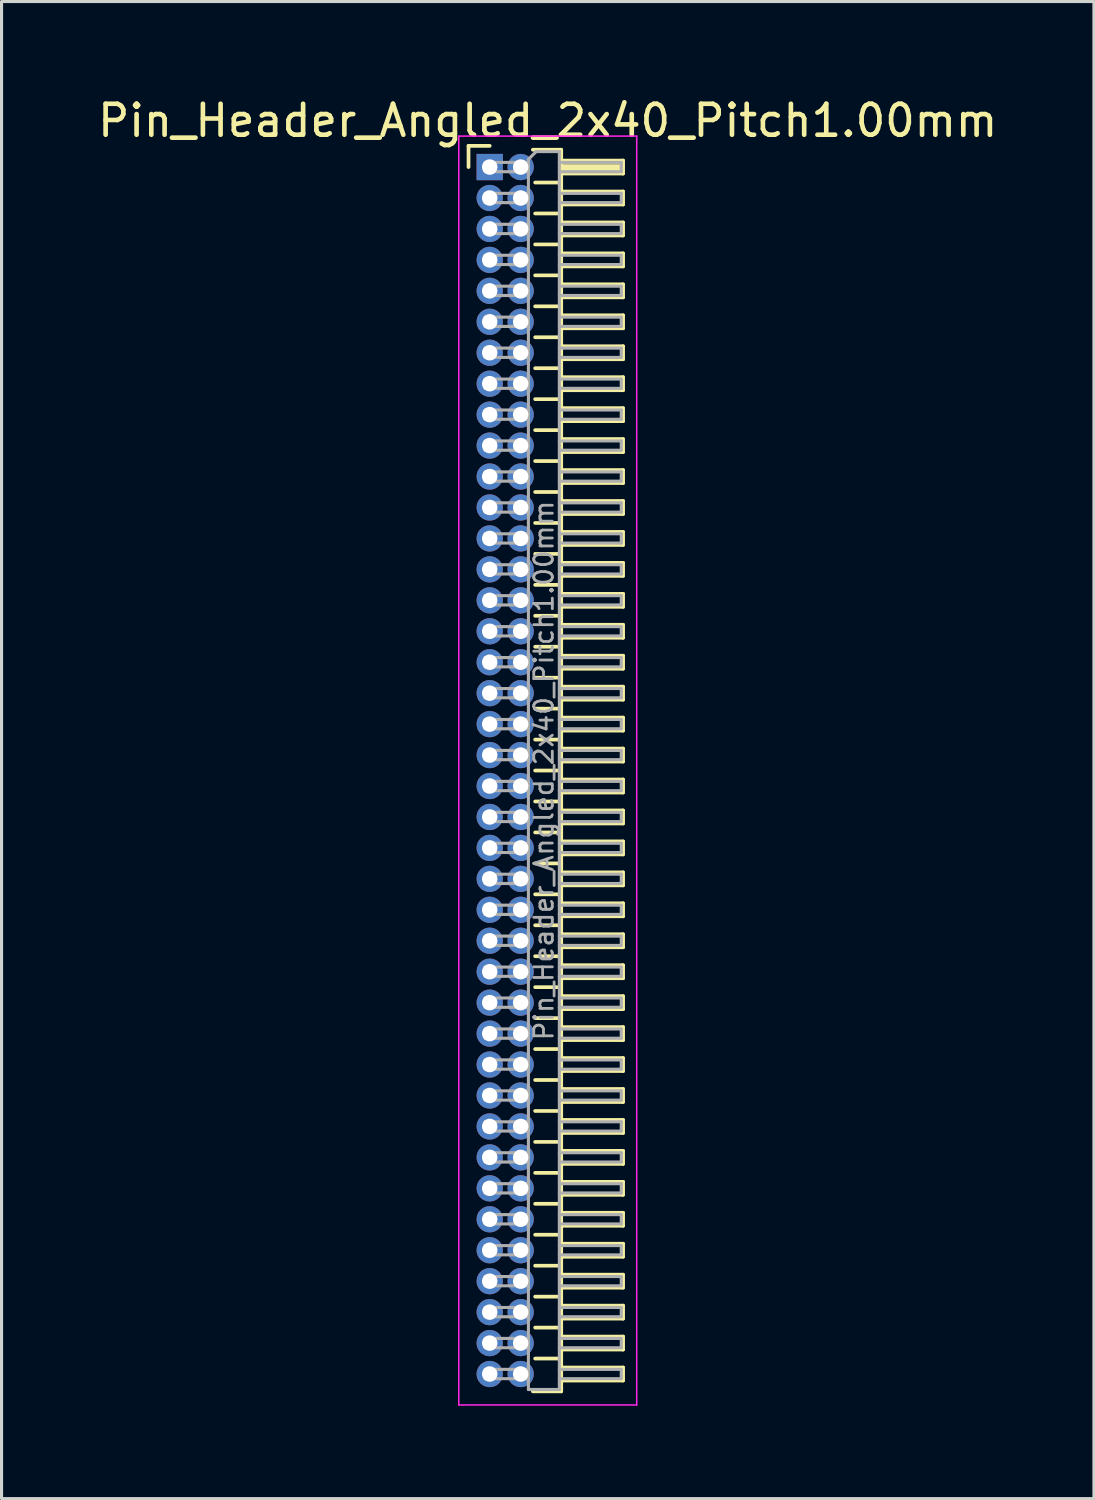
<source format=kicad_pcb>
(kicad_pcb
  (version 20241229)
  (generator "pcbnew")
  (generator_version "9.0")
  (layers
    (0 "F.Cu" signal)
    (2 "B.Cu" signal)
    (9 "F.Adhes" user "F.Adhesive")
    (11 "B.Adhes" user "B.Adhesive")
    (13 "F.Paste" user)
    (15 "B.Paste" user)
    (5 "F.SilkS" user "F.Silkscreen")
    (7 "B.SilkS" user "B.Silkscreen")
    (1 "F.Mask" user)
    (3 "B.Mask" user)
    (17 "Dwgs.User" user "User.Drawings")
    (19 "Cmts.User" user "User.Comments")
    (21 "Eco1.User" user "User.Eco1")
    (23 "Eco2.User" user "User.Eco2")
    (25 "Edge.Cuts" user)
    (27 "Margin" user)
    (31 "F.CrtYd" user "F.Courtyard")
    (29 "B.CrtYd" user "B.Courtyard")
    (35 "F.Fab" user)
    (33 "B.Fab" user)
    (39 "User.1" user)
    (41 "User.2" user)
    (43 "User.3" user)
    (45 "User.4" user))
  (footprint "Pin_Header_Angled_2x40_Pitch1.00mm"
    (layer "F.Cu")
    (at 12.774 2.348)
    (property "Reference" "Pin_Header_Angled_2x40_Pitch1.00mm" (at 1.875 -1.5 0) (layer "F.SilkS") (effects (font (size 1 1) (thickness 0.15))))
    (attr through_hole)
    (fp_line (start -0.685 -0.685) (end 0 -0.685) (stroke (width 0.12) (type solid)) (layer "F.SilkS"))
    (fp_line (start -0.685 0) (end -0.685 -0.685) (stroke (width 0.12) (type solid)) (layer "F.SilkS"))
    (fp_line (start 1.394 -0.56) (end 2.31 -0.56) (stroke (width 0.12) (type solid)) (layer "F.SilkS"))
    (fp_line (start 1.468 0.5) (end 2.31 0.5) (stroke (width 0.12) (type solid)) (layer "F.SilkS"))
    (fp_line (start 1.468 1.5) (end 2.31 1.5) (stroke (width 0.12) (type solid)) (layer "F.SilkS"))
    (fp_line (start 1.468 2.5) (end 2.31 2.5) (stroke (width 0.12) (type solid)) (layer "F.SilkS"))
    (fp_line (start 1.468 3.5) (end 2.31 3.5) (stroke (width 0.12) (type solid)) (layer "F.SilkS"))
    (fp_line (start 1.468 4.5) (end 2.31 4.5) (stroke (width 0.12) (type solid)) (layer "F.SilkS"))
    (fp_line (start 1.468 5.5) (end 2.31 5.5) (stroke (width 0.12) (type solid)) (layer "F.SilkS"))
    (fp_line (start 1.468 6.5) (end 2.31 6.5) (stroke (width 0.12) (type solid)) (layer "F.SilkS"))
    (fp_line (start 1.468 7.5) (end 2.31 7.5) (stroke (width 0.12) (type solid)) (layer "F.SilkS"))
    (fp_line (start 1.468 8.5) (end 2.31 8.5) (stroke (width 0.12) (type solid)) (layer "F.SilkS"))
    (fp_line (start 1.468 9.5) (end 2.31 9.5) (stroke (width 0.12) (type solid)) (layer "F.SilkS"))
    (fp_line (start 1.468 10.5) (end 2.31 10.5) (stroke (width 0.12) (type solid)) (layer "F.SilkS"))
    (fp_line (start 1.468 11.5) (end 2.31 11.5) (stroke (width 0.12) (type solid)) (layer "F.SilkS"))
    (fp_line (start 1.468 12.5) (end 2.31 12.5) (stroke (width 0.12) (type solid)) (layer "F.SilkS"))
    (fp_line (start 1.468 13.5) (end 2.31 13.5) (stroke (width 0.12) (type solid)) (layer "F.SilkS"))
    (fp_line (start 1.468 14.5) (end 2.31 14.5) (stroke (width 0.12) (type solid)) (layer "F.SilkS"))
    (fp_line (start 1.468 15.5) (end 2.31 15.5) (stroke (width 0.12) (type solid)) (layer "F.SilkS"))
    (fp_line (start 1.468 16.5) (end 2.31 16.5) (stroke (width 0.12) (type solid)) (layer "F.SilkS"))
    (fp_line (start 1.468 17.5) (end 2.31 17.5) (stroke (width 0.12) (type solid)) (layer "F.SilkS"))
    (fp_line (start 1.468 18.5) (end 2.31 18.5) (stroke (width 0.12) (type solid)) (layer "F.SilkS"))
    (fp_line (start 1.468 19.5) (end 2.31 19.5) (stroke (width 0.12) (type solid)) (layer "F.SilkS"))
    (fp_line (start 1.468 20.5) (end 2.31 20.5) (stroke (width 0.12) (type solid)) (layer "F.SilkS"))
    (fp_line (start 1.468 21.5) (end 2.31 21.5) (stroke (width 0.12) (type solid)) (layer "F.SilkS"))
    (fp_line (start 1.468 22.5) (end 2.31 22.5) (stroke (width 0.12) (type solid)) (layer "F.SilkS"))
    (fp_line (start 1.468 23.5) (end 2.31 23.5) (stroke (width 0.12) (type solid)) (layer "F.SilkS"))
    (fp_line (start 1.468 24.5) (end 2.31 24.5) (stroke (width 0.12) (type solid)) (layer "F.SilkS"))
    (fp_line (start 1.468 25.5) (end 2.31 25.5) (stroke (width 0.12) (type solid)) (layer "F.SilkS"))
    (fp_line (start 1.468 26.5) (end 2.31 26.5) (stroke (width 0.12) (type solid)) (layer "F.SilkS"))
    (fp_line (start 1.468 27.5) (end 2.31 27.5) (stroke (width 0.12) (type solid)) (layer "F.SilkS"))
    (fp_line (start 1.468 28.5) (end 2.31 28.5) (stroke (width 0.12) (type solid)) (layer "F.SilkS"))
    (fp_line (start 1.468 29.5) (end 2.31 29.5) (stroke (width 0.12) (type solid)) (layer "F.SilkS"))
    (fp_line (start 1.468 30.5) (end 2.31 30.5) (stroke (width 0.12) (type solid)) (layer "F.SilkS"))
    (fp_line (start 1.468 31.5) (end 2.31 31.5) (stroke (width 0.12) (type solid)) (layer "F.SilkS"))
    (fp_line (start 1.468 32.5) (end 2.31 32.5) (stroke (width 0.12) (type solid)) (layer "F.SilkS"))
    (fp_line (start 1.468 33.5) (end 2.31 33.5) (stroke (width 0.12) (type solid)) (layer "F.SilkS"))
    (fp_line (start 1.468 34.5) (end 2.31 34.5) (stroke (width 0.12) (type solid)) (layer "F.SilkS"))
    (fp_line (start 1.468 35.5) (end 2.31 35.5) (stroke (width 0.12) (type solid)) (layer "F.SilkS"))
    (fp_line (start 1.468 36.5) (end 2.31 36.5) (stroke (width 0.12) (type solid)) (layer "F.SilkS"))
    (fp_line (start 1.468 37.5) (end 2.31 37.5) (stroke (width 0.12) (type solid)) (layer "F.SilkS"))
    (fp_line (start 1.468 38.5) (end 2.31 38.5) (stroke (width 0.12) (type solid)) (layer "F.SilkS"))
    (fp_line (start 2.31 -0.56) (end 2.31 39.56) (stroke (width 0.12) (type solid)) (layer "F.SilkS"))
    (fp_line (start 2.31 -0.21) (end 4.31 -0.21) (stroke (width 0.12) (type solid)) (layer "F.SilkS"))
    (fp_line (start 2.31 -0.15) (end 4.31 -0.15) (stroke (width 0.12) (type solid)) (layer "F.SilkS"))
    (fp_line (start 2.31 -0.03) (end 4.31 -0.03) (stroke (width 0.12) (type solid)) (layer "F.SilkS"))
    (fp_line (start 2.31 0.09) (end 4.31 0.09) (stroke (width 0.12) (type solid)) (layer "F.SilkS"))
    (fp_line (start 2.31 0.79) (end 4.31 0.79) (stroke (width 0.12) (type solid)) (layer "F.SilkS"))
    (fp_line (start 2.31 1.79) (end 4.31 1.79) (stroke (width 0.12) (type solid)) (layer "F.SilkS"))
    (fp_line (start 2.31 2.79) (end 4.31 2.79) (stroke (width 0.12) (type solid)) (layer "F.SilkS"))
    (fp_line (start 2.31 3.79) (end 4.31 3.79) (stroke (width 0.12) (type solid)) (layer "F.SilkS"))
    (fp_line (start 2.31 4.79) (end 4.31 4.79) (stroke (width 0.12) (type solid)) (layer "F.SilkS"))
    (fp_line (start 2.31 5.79) (end 4.31 5.79) (stroke (width 0.12) (type solid)) (layer "F.SilkS"))
    (fp_line (start 2.31 6.79) (end 4.31 6.79) (stroke (width 0.12) (type solid)) (layer "F.SilkS"))
    (fp_line (start 2.31 7.79) (end 4.31 7.79) (stroke (width 0.12) (type solid)) (layer "F.SilkS"))
    (fp_line (start 2.31 8.79) (end 4.31 8.79) (stroke (width 0.12) (type solid)) (layer "F.SilkS"))
    (fp_line (start 2.31 9.79) (end 4.31 9.79) (stroke (width 0.12) (type solid)) (layer "F.SilkS"))
    (fp_line (start 2.31 10.79) (end 4.31 10.79) (stroke (width 0.12) (type solid)) (layer "F.SilkS"))
    (fp_line (start 2.31 11.79) (end 4.31 11.79) (stroke (width 0.12) (type solid)) (layer "F.SilkS"))
    (fp_line (start 2.31 12.79) (end 4.31 12.79) (stroke (width 0.12) (type solid)) (layer "F.SilkS"))
    (fp_line (start 2.31 13.79) (end 4.31 13.79) (stroke (width 0.12) (type solid)) (layer "F.SilkS"))
    (fp_line (start 2.31 14.79) (end 4.31 14.79) (stroke (width 0.12) (type solid)) (layer "F.SilkS"))
    (fp_line (start 2.31 15.79) (end 4.31 15.79) (stroke (width 0.12) (type solid)) (layer "F.SilkS"))
    (fp_line (start 2.31 16.79) (end 4.31 16.79) (stroke (width 0.12) (type solid)) (layer "F.SilkS"))
    (fp_line (start 2.31 17.79) (end 4.31 17.79) (stroke (width 0.12) (type solid)) (layer "F.SilkS"))
    (fp_line (start 2.31 18.79) (end 4.31 18.79) (stroke (width 0.12) (type solid)) (layer "F.SilkS"))
    (fp_line (start 2.31 19.79) (end 4.31 19.79) (stroke (width 0.12) (type solid)) (layer "F.SilkS"))
    (fp_line (start 2.31 20.79) (end 4.31 20.79) (stroke (width 0.12) (type solid)) (layer "F.SilkS"))
    (fp_line (start 2.31 21.79) (end 4.31 21.79) (stroke (width 0.12) (type solid)) (layer "F.SilkS"))
    (fp_line (start 2.31 22.79) (end 4.31 22.79) (stroke (width 0.12) (type solid)) (layer "F.SilkS"))
    (fp_line (start 2.31 23.79) (end 4.31 23.79) (stroke (width 0.12) (type solid)) (layer "F.SilkS"))
    (fp_line (start 2.31 24.79) (end 4.31 24.79) (stroke (width 0.12) (type solid)) (layer "F.SilkS"))
    (fp_line (start 2.31 25.79) (end 4.31 25.79) (stroke (width 0.12) (type solid)) (layer "F.SilkS"))
    (fp_line (start 2.31 26.79) (end 4.31 26.79) (stroke (width 0.12) (type solid)) (layer "F.SilkS"))
    (fp_line (start 2.31 27.79) (end 4.31 27.79) (stroke (width 0.12) (type solid)) (layer "F.SilkS"))
    (fp_line (start 2.31 28.79) (end 4.31 28.79) (stroke (width 0.12) (type solid)) (layer "F.SilkS"))
    (fp_line (start 2.31 29.79) (end 4.31 29.79) (stroke (width 0.12) (type solid)) (layer "F.SilkS"))
    (fp_line (start 2.31 30.79) (end 4.31 30.79) (stroke (width 0.12) (type solid)) (layer "F.SilkS"))
    (fp_line (start 2.31 31.79) (end 4.31 31.79) (stroke (width 0.12) (type solid)) (layer "F.SilkS"))
    (fp_line (start 2.31 32.79) (end 4.31 32.79) (stroke (width 0.12) (type solid)) (layer "F.SilkS"))
    (fp_line (start 2.31 33.79) (end 4.31 33.79) (stroke (width 0.12) (type solid)) (layer "F.SilkS"))
    (fp_line (start 2.31 34.79) (end 4.31 34.79) (stroke (width 0.12) (type solid)) (layer "F.SilkS"))
    (fp_line (start 2.31 35.79) (end 4.31 35.79) (stroke (width 0.12) (type solid)) (layer "F.SilkS"))
    (fp_line (start 2.31 36.79) (end 4.31 36.79) (stroke (width 0.12) (type solid)) (layer "F.SilkS"))
    (fp_line (start 2.31 37.79) (end 4.31 37.79) (stroke (width 0.12) (type solid)) (layer "F.SilkS"))
    (fp_line (start 2.31 38.79) (end 4.31 38.79) (stroke (width 0.12) (type solid)) (layer "F.SilkS"))
    (fp_line (start 2.31 39.56) (end 1.394 39.56) (stroke (width 0.12) (type solid)) (layer "F.SilkS"))
    (fp_line (start 4.31 -0.21) (end 4.31 0.21) (stroke (width 0.12) (type solid)) (layer "F.SilkS"))
    (fp_line (start 4.31 0.21) (end 2.31 0.21) (stroke (width 0.12) (type solid)) (layer "F.SilkS"))
    (fp_line (start 4.31 0.79) (end 4.31 1.21) (stroke (width 0.12) (type solid)) (layer "F.SilkS"))
    (fp_line (start 4.31 1.21) (end 2.31 1.21) (stroke (width 0.12) (type solid)) (layer "F.SilkS"))
    (fp_line (start 4.31 1.79) (end 4.31 2.21) (stroke (width 0.12) (type solid)) (layer "F.SilkS"))
    (fp_line (start 4.31 2.21) (end 2.31 2.21) (stroke (width 0.12) (type solid)) (layer "F.SilkS"))
    (fp_line (start 4.31 2.79) (end 4.31 3.21) (stroke (width 0.12) (type solid)) (layer "F.SilkS"))
    (fp_line (start 4.31 3.21) (end 2.31 3.21) (stroke (width 0.12) (type solid)) (layer "F.SilkS"))
    (fp_line (start 4.31 3.79) (end 4.31 4.21) (stroke (width 0.12) (type solid)) (layer "F.SilkS"))
    (fp_line (start 4.31 4.21) (end 2.31 4.21) (stroke (width 0.12) (type solid)) (layer "F.SilkS"))
    (fp_line (start 4.31 4.79) (end 4.31 5.21) (stroke (width 0.12) (type solid)) (layer "F.SilkS"))
    (fp_line (start 4.31 5.21) (end 2.31 5.21) (stroke (width 0.12) (type solid)) (layer "F.SilkS"))
    (fp_line (start 4.31 5.79) (end 4.31 6.21) (stroke (width 0.12) (type solid)) (layer "F.SilkS"))
    (fp_line (start 4.31 6.21) (end 2.31 6.21) (stroke (width 0.12) (type solid)) (layer "F.SilkS"))
    (fp_line (start 4.31 6.79) (end 4.31 7.21) (stroke (width 0.12) (type solid)) (layer "F.SilkS"))
    (fp_line (start 4.31 7.21) (end 2.31 7.21) (stroke (width 0.12) (type solid)) (layer "F.SilkS"))
    (fp_line (start 4.31 7.79) (end 4.31 8.21) (stroke (width 0.12) (type solid)) (layer "F.SilkS"))
    (fp_line (start 4.31 8.21) (end 2.31 8.21) (stroke (width 0.12) (type solid)) (layer "F.SilkS"))
    (fp_line (start 4.31 8.79) (end 4.31 9.21) (stroke (width 0.12) (type solid)) (layer "F.SilkS"))
    (fp_line (start 4.31 9.21) (end 2.31 9.21) (stroke (width 0.12) (type solid)) (layer "F.SilkS"))
    (fp_line (start 4.31 9.79) (end 4.31 10.21) (stroke (width 0.12) (type solid)) (layer "F.SilkS"))
    (fp_line (start 4.31 10.21) (end 2.31 10.21) (stroke (width 0.12) (type solid)) (layer "F.SilkS"))
    (fp_line (start 4.31 10.79) (end 4.31 11.21) (stroke (width 0.12) (type solid)) (layer "F.SilkS"))
    (fp_line (start 4.31 11.21) (end 2.31 11.21) (stroke (width 0.12) (type solid)) (layer "F.SilkS"))
    (fp_line (start 4.31 11.79) (end 4.31 12.21) (stroke (width 0.12) (type solid)) (layer "F.SilkS"))
    (fp_line (start 4.31 12.21) (end 2.31 12.21) (stroke (width 0.12) (type solid)) (layer "F.SilkS"))
    (fp_line (start 4.31 12.79) (end 4.31 13.21) (stroke (width 0.12) (type solid)) (layer "F.SilkS"))
    (fp_line (start 4.31 13.21) (end 2.31 13.21) (stroke (width 0.12) (type solid)) (layer "F.SilkS"))
    (fp_line (start 4.31 13.79) (end 4.31 14.21) (stroke (width 0.12) (type solid)) (layer "F.SilkS"))
    (fp_line (start 4.31 14.21) (end 2.31 14.21) (stroke (width 0.12) (type solid)) (layer "F.SilkS"))
    (fp_line (start 4.31 14.79) (end 4.31 15.21) (stroke (width 0.12) (type solid)) (layer "F.SilkS"))
    (fp_line (start 4.31 15.21) (end 2.31 15.21) (stroke (width 0.12) (type solid)) (layer "F.SilkS"))
    (fp_line (start 4.31 15.79) (end 4.31 16.21) (stroke (width 0.12) (type solid)) (layer "F.SilkS"))
    (fp_line (start 4.31 16.21) (end 2.31 16.21) (stroke (width 0.12) (type solid)) (layer "F.SilkS"))
    (fp_line (start 4.31 16.79) (end 4.31 17.21) (stroke (width 0.12) (type solid)) (layer "F.SilkS"))
    (fp_line (start 4.31 17.21) (end 2.31 17.21) (stroke (width 0.12) (type solid)) (layer "F.SilkS"))
    (fp_line (start 4.31 17.79) (end 4.31 18.21) (stroke (width 0.12) (type solid)) (layer "F.SilkS"))
    (fp_line (start 4.31 18.21) (end 2.31 18.21) (stroke (width 0.12) (type solid)) (layer "F.SilkS"))
    (fp_line (start 4.31 18.79) (end 4.31 19.21) (stroke (width 0.12) (type solid)) (layer "F.SilkS"))
    (fp_line (start 4.31 19.21) (end 2.31 19.21) (stroke (width 0.12) (type solid)) (layer "F.SilkS"))
    (fp_line (start 4.31 19.79) (end 4.31 20.21) (stroke (width 0.12) (type solid)) (layer "F.SilkS"))
    (fp_line (start 4.31 20.21) (end 2.31 20.21) (stroke (width 0.12) (type solid)) (layer "F.SilkS"))
    (fp_line (start 4.31 20.79) (end 4.31 21.21) (stroke (width 0.12) (type solid)) (layer "F.SilkS"))
    (fp_line (start 4.31 21.21) (end 2.31 21.21) (stroke (width 0.12) (type solid)) (layer "F.SilkS"))
    (fp_line (start 4.31 21.79) (end 4.31 22.21) (stroke (width 0.12) (type solid)) (layer "F.SilkS"))
    (fp_line (start 4.31 22.21) (end 2.31 22.21) (stroke (width 0.12) (type solid)) (layer "F.SilkS"))
    (fp_line (start 4.31 22.79) (end 4.31 23.21) (stroke (width 0.12) (type solid)) (layer "F.SilkS"))
    (fp_line (start 4.31 23.21) (end 2.31 23.21) (stroke (width 0.12) (type solid)) (layer "F.SilkS"))
    (fp_line (start 4.31 23.79) (end 4.31 24.21) (stroke (width 0.12) (type solid)) (layer "F.SilkS"))
    (fp_line (start 4.31 24.21) (end 2.31 24.21) (stroke (width 0.12) (type solid)) (layer "F.SilkS"))
    (fp_line (start 4.31 24.79) (end 4.31 25.21) (stroke (width 0.12) (type solid)) (layer "F.SilkS"))
    (fp_line (start 4.31 25.21) (end 2.31 25.21) (stroke (width 0.12) (type solid)) (layer "F.SilkS"))
    (fp_line (start 4.31 25.79) (end 4.31 26.21) (stroke (width 0.12) (type solid)) (layer "F.SilkS"))
    (fp_line (start 4.31 26.21) (end 2.31 26.21) (stroke (width 0.12) (type solid)) (layer "F.SilkS"))
    (fp_line (start 4.31 26.79) (end 4.31 27.21) (stroke (width 0.12) (type solid)) (layer "F.SilkS"))
    (fp_line (start 4.31 27.21) (end 2.31 27.21) (stroke (width 0.12) (type solid)) (layer "F.SilkS"))
    (fp_line (start 4.31 27.79) (end 4.31 28.21) (stroke (width 0.12) (type solid)) (layer "F.SilkS"))
    (fp_line (start 4.31 28.21) (end 2.31 28.21) (stroke (width 0.12) (type solid)) (layer "F.SilkS"))
    (fp_line (start 4.31 28.79) (end 4.31 29.21) (stroke (width 0.12) (type solid)) (layer "F.SilkS"))
    (fp_line (start 4.31 29.21) (end 2.31 29.21) (stroke (width 0.12) (type solid)) (layer "F.SilkS"))
    (fp_line (start 4.31 29.79) (end 4.31 30.21) (stroke (width 0.12) (type solid)) (layer "F.SilkS"))
    (fp_line (start 4.31 30.21) (end 2.31 30.21) (stroke (width 0.12) (type solid)) (layer "F.SilkS"))
    (fp_line (start 4.31 30.79) (end 4.31 31.21) (stroke (width 0.12) (type solid)) (layer "F.SilkS"))
    (fp_line (start 4.31 31.21) (end 2.31 31.21) (stroke (width 0.12) (type solid)) (layer "F.SilkS"))
    (fp_line (start 4.31 31.79) (end 4.31 32.21) (stroke (width 0.12) (type solid)) (layer "F.SilkS"))
    (fp_line (start 4.31 32.21) (end 2.31 32.21) (stroke (width 0.12) (type solid)) (layer "F.SilkS"))
    (fp_line (start 4.31 32.79) (end 4.31 33.21) (stroke (width 0.12) (type solid)) (layer "F.SilkS"))
    (fp_line (start 4.31 33.21) (end 2.31 33.21) (stroke (width 0.12) (type solid)) (layer "F.SilkS"))
    (fp_line (start 4.31 33.79) (end 4.31 34.21) (stroke (width 0.12) (type solid)) (layer "F.SilkS"))
    (fp_line (start 4.31 34.21) (end 2.31 34.21) (stroke (width 0.12) (type solid)) (layer "F.SilkS"))
    (fp_line (start 4.31 34.79) (end 4.31 35.21) (stroke (width 0.12) (type solid)) (layer "F.SilkS"))
    (fp_line (start 4.31 35.21) (end 2.31 35.21) (stroke (width 0.12) (type solid)) (layer "F.SilkS"))
    (fp_line (start 4.31 35.79) (end 4.31 36.21) (stroke (width 0.12) (type solid)) (layer "F.SilkS"))
    (fp_line (start 4.31 36.21) (end 2.31 36.21) (stroke (width 0.12) (type solid)) (layer "F.SilkS"))
    (fp_line (start 4.31 36.79) (end 4.31 37.21) (stroke (width 0.12) (type solid)) (layer "F.SilkS"))
    (fp_line (start 4.31 37.21) (end 2.31 37.21) (stroke (width 0.12) (type solid)) (layer "F.SilkS"))
    (fp_line (start 4.31 37.79) (end 4.31 38.21) (stroke (width 0.12) (type solid)) (layer "F.SilkS"))
    (fp_line (start 4.31 38.21) (end 2.31 38.21) (stroke (width 0.12) (type solid)) (layer "F.SilkS"))
    (fp_line (start 4.31 38.79) (end 4.31 39.21) (stroke (width 0.12) (type solid)) (layer "F.SilkS"))
    (fp_line (start 4.31 39.21) (end 2.31 39.21) (stroke (width 0.12) (type solid)) (layer "F.SilkS"))
    (fp_line (start -1 -1) (end -1 40) (stroke (width 0.05) (type solid)) (layer "F.CrtYd"))
    (fp_line (start -1 40) (end 4.75 40) (stroke (width 0.05) (type solid)) (layer "F.CrtYd"))
    (fp_line (start 4.75 -1) (end -1 -1) (stroke (width 0.05) (type solid)) (layer "F.CrtYd"))
    (fp_line (start 4.75 40) (end 4.75 -1) (stroke (width 0.05) (type solid)) (layer "F.CrtYd"))
    (fp_line (start -0.15 -0.15) (end -0.15 0.15) (stroke (width 0.1) (type solid)) (layer "F.Fab"))
    (fp_line (start -0.15 -0.15) (end 1.25 -0.15) (stroke (width 0.1) (type solid)) (layer "F.Fab"))
    (fp_line (start -0.15 0.15) (end 1.25 0.15) (stroke (width 0.1) (type solid)) (layer "F.Fab"))
    (fp_line (start -0.15 0.85) (end -0.15 1.15) (stroke (width 0.1) (type solid)) (layer "F.Fab"))
    (fp_line (start -0.15 0.85) (end 1.25 0.85) (stroke (width 0.1) (type solid)) (layer "F.Fab"))
    (fp_line (start -0.15 1.15) (end 1.25 1.15) (stroke (width 0.1) (type solid)) (layer "F.Fab"))
    (fp_line (start -0.15 1.85) (end -0.15 2.15) (stroke (width 0.1) (type solid)) (layer "F.Fab"))
    (fp_line (start -0.15 1.85) (end 1.25 1.85) (stroke (width 0.1) (type solid)) (layer "F.Fab"))
    (fp_line (start -0.15 2.15) (end 1.25 2.15) (stroke (width 0.1) (type solid)) (layer "F.Fab"))
    (fp_line (start -0.15 2.85) (end -0.15 3.15) (stroke (width 0.1) (type solid)) (layer "F.Fab"))
    (fp_line (start -0.15 2.85) (end 1.25 2.85) (stroke (width 0.1) (type solid)) (layer "F.Fab"))
    (fp_line (start -0.15 3.15) (end 1.25 3.15) (stroke (width 0.1) (type solid)) (layer "F.Fab"))
    (fp_line (start -0.15 3.85) (end -0.15 4.15) (stroke (width 0.1) (type solid)) (layer "F.Fab"))
    (fp_line (start -0.15 3.85) (end 1.25 3.85) (stroke (width 0.1) (type solid)) (layer "F.Fab"))
    (fp_line (start -0.15 4.15) (end 1.25 4.15) (stroke (width 0.1) (type solid)) (layer "F.Fab"))
    (fp_line (start -0.15 4.85) (end -0.15 5.15) (stroke (width 0.1) (type solid)) (layer "F.Fab"))
    (fp_line (start -0.15 4.85) (end 1.25 4.85) (stroke (width 0.1) (type solid)) (layer "F.Fab"))
    (fp_line (start -0.15 5.15) (end 1.25 5.15) (stroke (width 0.1) (type solid)) (layer "F.Fab"))
    (fp_line (start -0.15 5.85) (end -0.15 6.15) (stroke (width 0.1) (type solid)) (layer "F.Fab"))
    (fp_line (start -0.15 5.85) (end 1.25 5.85) (stroke (width 0.1) (type solid)) (layer "F.Fab"))
    (fp_line (start -0.15 6.15) (end 1.25 6.15) (stroke (width 0.1) (type solid)) (layer "F.Fab"))
    (fp_line (start -0.15 6.85) (end -0.15 7.15) (stroke (width 0.1) (type solid)) (layer "F.Fab"))
    (fp_line (start -0.15 6.85) (end 1.25 6.85) (stroke (width 0.1) (type solid)) (layer "F.Fab"))
    (fp_line (start -0.15 7.15) (end 1.25 7.15) (stroke (width 0.1) (type solid)) (layer "F.Fab"))
    (fp_line (start -0.15 7.85) (end -0.15 8.15) (stroke (width 0.1) (type solid)) (layer "F.Fab"))
    (fp_line (start -0.15 7.85) (end 1.25 7.85) (stroke (width 0.1) (type solid)) (layer "F.Fab"))
    (fp_line (start -0.15 8.15) (end 1.25 8.15) (stroke (width 0.1) (type solid)) (layer "F.Fab"))
    (fp_line (start -0.15 8.85) (end -0.15 9.15) (stroke (width 0.1) (type solid)) (layer "F.Fab"))
    (fp_line (start -0.15 8.85) (end 1.25 8.85) (stroke (width 0.1) (type solid)) (layer "F.Fab"))
    (fp_line (start -0.15 9.15) (end 1.25 9.15) (stroke (width 0.1) (type solid)) (layer "F.Fab"))
    (fp_line (start -0.15 9.85) (end -0.15 10.15) (stroke (width 0.1) (type solid)) (layer "F.Fab"))
    (fp_line (start -0.15 9.85) (end 1.25 9.85) (stroke (width 0.1) (type solid)) (layer "F.Fab"))
    (fp_line (start -0.15 10.15) (end 1.25 10.15) (stroke (width 0.1) (type solid)) (layer "F.Fab"))
    (fp_line (start -0.15 10.85) (end -0.15 11.15) (stroke (width 0.1) (type solid)) (layer "F.Fab"))
    (fp_line (start -0.15 10.85) (end 1.25 10.85) (stroke (width 0.1) (type solid)) (layer "F.Fab"))
    (fp_line (start -0.15 11.15) (end 1.25 11.15) (stroke (width 0.1) (type solid)) (layer "F.Fab"))
    (fp_line (start -0.15 11.85) (end -0.15 12.15) (stroke (width 0.1) (type solid)) (layer "F.Fab"))
    (fp_line (start -0.15 11.85) (end 1.25 11.85) (stroke (width 0.1) (type solid)) (layer "F.Fab"))
    (fp_line (start -0.15 12.15) (end 1.25 12.15) (stroke (width 0.1) (type solid)) (layer "F.Fab"))
    (fp_line (start -0.15 12.85) (end -0.15 13.15) (stroke (width 0.1) (type solid)) (layer "F.Fab"))
    (fp_line (start -0.15 12.85) (end 1.25 12.85) (stroke (width 0.1) (type solid)) (layer "F.Fab"))
    (fp_line (start -0.15 13.15) (end 1.25 13.15) (stroke (width 0.1) (type solid)) (layer "F.Fab"))
    (fp_line (start -0.15 13.85) (end -0.15 14.15) (stroke (width 0.1) (type solid)) (layer "F.Fab"))
    (fp_line (start -0.15 13.85) (end 1.25 13.85) (stroke (width 0.1) (type solid)) (layer "F.Fab"))
    (fp_line (start -0.15 14.15) (end 1.25 14.15) (stroke (width 0.1) (type solid)) (layer "F.Fab"))
    (fp_line (start -0.15 14.85) (end -0.15 15.15) (stroke (width 0.1) (type solid)) (layer "F.Fab"))
    (fp_line (start -0.15 14.85) (end 1.25 14.85) (stroke (width 0.1) (type solid)) (layer "F.Fab"))
    (fp_line (start -0.15 15.15) (end 1.25 15.15) (stroke (width 0.1) (type solid)) (layer "F.Fab"))
    (fp_line (start -0.15 15.85) (end -0.15 16.15) (stroke (width 0.1) (type solid)) (layer "F.Fab"))
    (fp_line (start -0.15 15.85) (end 1.25 15.85) (stroke (width 0.1) (type solid)) (layer "F.Fab"))
    (fp_line (start -0.15 16.15) (end 1.25 16.15) (stroke (width 0.1) (type solid)) (layer "F.Fab"))
    (fp_line (start -0.15 16.85) (end -0.15 17.15) (stroke (width 0.1) (type solid)) (layer "F.Fab"))
    (fp_line (start -0.15 16.85) (end 1.25 16.85) (stroke (width 0.1) (type solid)) (layer "F.Fab"))
    (fp_line (start -0.15 17.15) (end 1.25 17.15) (stroke (width 0.1) (type solid)) (layer "F.Fab"))
    (fp_line (start -0.15 17.85) (end -0.15 18.15) (stroke (width 0.1) (type solid)) (layer "F.Fab"))
    (fp_line (start -0.15 17.85) (end 1.25 17.85) (stroke (width 0.1) (type solid)) (layer "F.Fab"))
    (fp_line (start -0.15 18.15) (end 1.25 18.15) (stroke (width 0.1) (type solid)) (layer "F.Fab"))
    (fp_line (start -0.15 18.85) (end -0.15 19.15) (stroke (width 0.1) (type solid)) (layer "F.Fab"))
    (fp_line (start -0.15 18.85) (end 1.25 18.85) (stroke (width 0.1) (type solid)) (layer "F.Fab"))
    (fp_line (start -0.15 19.15) (end 1.25 19.15) (stroke (width 0.1) (type solid)) (layer "F.Fab"))
    (fp_line (start -0.15 19.85) (end -0.15 20.15) (stroke (width 0.1) (type solid)) (layer "F.Fab"))
    (fp_line (start -0.15 19.85) (end 1.25 19.85) (stroke (width 0.1) (type solid)) (layer "F.Fab"))
    (fp_line (start -0.15 20.15) (end 1.25 20.15) (stroke (width 0.1) (type solid)) (layer "F.Fab"))
    (fp_line (start -0.15 20.85) (end -0.15 21.15) (stroke (width 0.1) (type solid)) (layer "F.Fab"))
    (fp_line (start -0.15 20.85) (end 1.25 20.85) (stroke (width 0.1) (type solid)) (layer "F.Fab"))
    (fp_line (start -0.15 21.15) (end 1.25 21.15) (stroke (width 0.1) (type solid)) (layer "F.Fab"))
    (fp_line (start -0.15 21.85) (end -0.15 22.15) (stroke (width 0.1) (type solid)) (layer "F.Fab"))
    (fp_line (start -0.15 21.85) (end 1.25 21.85) (stroke (width 0.1) (type solid)) (layer "F.Fab"))
    (fp_line (start -0.15 22.15) (end 1.25 22.15) (stroke (width 0.1) (type solid)) (layer "F.Fab"))
    (fp_line (start -0.15 22.85) (end -0.15 23.15) (stroke (width 0.1) (type solid)) (layer "F.Fab"))
    (fp_line (start -0.15 22.85) (end 1.25 22.85) (stroke (width 0.1) (type solid)) (layer "F.Fab"))
    (fp_line (start -0.15 23.15) (end 1.25 23.15) (stroke (width 0.1) (type solid)) (layer "F.Fab"))
    (fp_line (start -0.15 23.85) (end -0.15 24.15) (stroke (width 0.1) (type solid)) (layer "F.Fab"))
    (fp_line (start -0.15 23.85) (end 1.25 23.85) (stroke (width 0.1) (type solid)) (layer "F.Fab"))
    (fp_line (start -0.15 24.15) (end 1.25 24.15) (stroke (width 0.1) (type solid)) (layer "F.Fab"))
    (fp_line (start -0.15 24.85) (end -0.15 25.15) (stroke (width 0.1) (type solid)) (layer "F.Fab"))
    (fp_line (start -0.15 24.85) (end 1.25 24.85) (stroke (width 0.1) (type solid)) (layer "F.Fab"))
    (fp_line (start -0.15 25.15) (end 1.25 25.15) (stroke (width 0.1) (type solid)) (layer "F.Fab"))
    (fp_line (start -0.15 25.85) (end -0.15 26.15) (stroke (width 0.1) (type solid)) (layer "F.Fab"))
    (fp_line (start -0.15 25.85) (end 1.25 25.85) (stroke (width 0.1) (type solid)) (layer "F.Fab"))
    (fp_line (start -0.15 26.15) (end 1.25 26.15) (stroke (width 0.1) (type solid)) (layer "F.Fab"))
    (fp_line (start -0.15 26.85) (end -0.15 27.15) (stroke (width 0.1) (type solid)) (layer "F.Fab"))
    (fp_line (start -0.15 26.85) (end 1.25 26.85) (stroke (width 0.1) (type solid)) (layer "F.Fab"))
    (fp_line (start -0.15 27.15) (end 1.25 27.15) (stroke (width 0.1) (type solid)) (layer "F.Fab"))
    (fp_line (start -0.15 27.85) (end -0.15 28.15) (stroke (width 0.1) (type solid)) (layer "F.Fab"))
    (fp_line (start -0.15 27.85) (end 1.25 27.85) (stroke (width 0.1) (type solid)) (layer "F.Fab"))
    (fp_line (start -0.15 28.15) (end 1.25 28.15) (stroke (width 0.1) (type solid)) (layer "F.Fab"))
    (fp_line (start -0.15 28.85) (end -0.15 29.15) (stroke (width 0.1) (type solid)) (layer "F.Fab"))
    (fp_line (start -0.15 28.85) (end 1.25 28.85) (stroke (width 0.1) (type solid)) (layer "F.Fab"))
    (fp_line (start -0.15 29.15) (end 1.25 29.15) (stroke (width 0.1) (type solid)) (layer "F.Fab"))
    (fp_line (start -0.15 29.85) (end -0.15 30.15) (stroke (width 0.1) (type solid)) (layer "F.Fab"))
    (fp_line (start -0.15 29.85) (end 1.25 29.85) (stroke (width 0.1) (type solid)) (layer "F.Fab"))
    (fp_line (start -0.15 30.15) (end 1.25 30.15) (stroke (width 0.1) (type solid)) (layer "F.Fab"))
    (fp_line (start -0.15 30.85) (end -0.15 31.15) (stroke (width 0.1) (type solid)) (layer "F.Fab"))
    (fp_line (start -0.15 30.85) (end 1.25 30.85) (stroke (width 0.1) (type solid)) (layer "F.Fab"))
    (fp_line (start -0.15 31.15) (end 1.25 31.15) (stroke (width 0.1) (type solid)) (layer "F.Fab"))
    (fp_line (start -0.15 31.85) (end -0.15 32.15) (stroke (width 0.1) (type solid)) (layer "F.Fab"))
    (fp_line (start -0.15 31.85) (end 1.25 31.85) (stroke (width 0.1) (type solid)) (layer "F.Fab"))
    (fp_line (start -0.15 32.15) (end 1.25 32.15) (stroke (width 0.1) (type solid)) (layer "F.Fab"))
    (fp_line (start -0.15 32.85) (end -0.15 33.15) (stroke (width 0.1) (type solid)) (layer "F.Fab"))
    (fp_line (start -0.15 32.85) (end 1.25 32.85) (stroke (width 0.1) (type solid)) (layer "F.Fab"))
    (fp_line (start -0.15 33.15) (end 1.25 33.15) (stroke (width 0.1) (type solid)) (layer "F.Fab"))
    (fp_line (start -0.15 33.85) (end -0.15 34.15) (stroke (width 0.1) (type solid)) (layer "F.Fab"))
    (fp_line (start -0.15 33.85) (end 1.25 33.85) (stroke (width 0.1) (type solid)) (layer "F.Fab"))
    (fp_line (start -0.15 34.15) (end 1.25 34.15) (stroke (width 0.1) (type solid)) (layer "F.Fab"))
    (fp_line (start -0.15 34.85) (end -0.15 35.15) (stroke (width 0.1) (type solid)) (layer "F.Fab"))
    (fp_line (start -0.15 34.85) (end 1.25 34.85) (stroke (width 0.1) (type solid)) (layer "F.Fab"))
    (fp_line (start -0.15 35.15) (end 1.25 35.15) (stroke (width 0.1) (type solid)) (layer "F.Fab"))
    (fp_line (start -0.15 35.85) (end -0.15 36.15) (stroke (width 0.1) (type solid)) (layer "F.Fab"))
    (fp_line (start -0.15 35.85) (end 1.25 35.85) (stroke (width 0.1) (type solid)) (layer "F.Fab"))
    (fp_line (start -0.15 36.15) (end 1.25 36.15) (stroke (width 0.1) (type solid)) (layer "F.Fab"))
    (fp_line (start -0.15 36.85) (end -0.15 37.15) (stroke (width 0.1) (type solid)) (layer "F.Fab"))
    (fp_line (start -0.15 36.85) (end 1.25 36.85) (stroke (width 0.1) (type solid)) (layer "F.Fab"))
    (fp_line (start -0.15 37.15) (end 1.25 37.15) (stroke (width 0.1) (type solid)) (layer "F.Fab"))
    (fp_line (start -0.15 37.85) (end -0.15 38.15) (stroke (width 0.1) (type solid)) (layer "F.Fab"))
    (fp_line (start -0.15 37.85) (end 1.25 37.85) (stroke (width 0.1) (type solid)) (layer "F.Fab"))
    (fp_line (start -0.15 38.15) (end 1.25 38.15) (stroke (width 0.1) (type solid)) (layer "F.Fab"))
    (fp_line (start -0.15 38.85) (end -0.15 39.15) (stroke (width 0.1) (type solid)) (layer "F.Fab"))
    (fp_line (start -0.15 38.85) (end 1.25 38.85) (stroke (width 0.1) (type solid)) (layer "F.Fab"))
    (fp_line (start -0.15 39.15) (end 1.25 39.15) (stroke (width 0.1) (type solid)) (layer "F.Fab"))
    (fp_line (start 1.25 -0.25) (end 1.5 -0.5) (stroke (width 0.1) (type solid)) (layer "F.Fab"))
    (fp_line (start 1.25 39.5) (end 1.25 -0.25) (stroke (width 0.1) (type solid)) (layer "F.Fab"))
    (fp_line (start 1.5 -0.5) (end 2.25 -0.5) (stroke (width 0.1) (type solid)) (layer "F.Fab"))
    (fp_line (start 2.25 -0.5) (end 2.25 39.5) (stroke (width 0.1) (type solid)) (layer "F.Fab"))
    (fp_line (start 2.25 -0.15) (end 4.25 -0.15) (stroke (width 0.1) (type solid)) (layer "F.Fab"))
    (fp_line (start 2.25 0.15) (end 4.25 0.15) (stroke (width 0.1) (type solid)) (layer "F.Fab"))
    (fp_line (start 2.25 0.85) (end 4.25 0.85) (stroke (width 0.1) (type solid)) (layer "F.Fab"))
    (fp_line (start 2.25 1.15) (end 4.25 1.15) (stroke (width 0.1) (type solid)) (layer "F.Fab"))
    (fp_line (start 2.25 1.85) (end 4.25 1.85) (stroke (width 0.1) (type solid)) (layer "F.Fab"))
    (fp_line (start 2.25 2.15) (end 4.25 2.15) (stroke (width 0.1) (type solid)) (layer "F.Fab"))
    (fp_line (start 2.25 2.85) (end 4.25 2.85) (stroke (width 0.1) (type solid)) (layer "F.Fab"))
    (fp_line (start 2.25 3.15) (end 4.25 3.15) (stroke (width 0.1) (type solid)) (layer "F.Fab"))
    (fp_line (start 2.25 3.85) (end 4.25 3.85) (stroke (width 0.1) (type solid)) (layer "F.Fab"))
    (fp_line (start 2.25 4.15) (end 4.25 4.15) (stroke (width 0.1) (type solid)) (layer "F.Fab"))
    (fp_line (start 2.25 4.85) (end 4.25 4.85) (stroke (width 0.1) (type solid)) (layer "F.Fab"))
    (fp_line (start 2.25 5.15) (end 4.25 5.15) (stroke (width 0.1) (type solid)) (layer "F.Fab"))
    (fp_line (start 2.25 5.85) (end 4.25 5.85) (stroke (width 0.1) (type solid)) (layer "F.Fab"))
    (fp_line (start 2.25 6.15) (end 4.25 6.15) (stroke (width 0.1) (type solid)) (layer "F.Fab"))
    (fp_line (start 2.25 6.85) (end 4.25 6.85) (stroke (width 0.1) (type solid)) (layer "F.Fab"))
    (fp_line (start 2.25 7.15) (end 4.25 7.15) (stroke (width 0.1) (type solid)) (layer "F.Fab"))
    (fp_line (start 2.25 7.85) (end 4.25 7.85) (stroke (width 0.1) (type solid)) (layer "F.Fab"))
    (fp_line (start 2.25 8.15) (end 4.25 8.15) (stroke (width 0.1) (type solid)) (layer "F.Fab"))
    (fp_line (start 2.25 8.85) (end 4.25 8.85) (stroke (width 0.1) (type solid)) (layer "F.Fab"))
    (fp_line (start 2.25 9.15) (end 4.25 9.15) (stroke (width 0.1) (type solid)) (layer "F.Fab"))
    (fp_line (start 2.25 9.85) (end 4.25 9.85) (stroke (width 0.1) (type solid)) (layer "F.Fab"))
    (fp_line (start 2.25 10.15) (end 4.25 10.15) (stroke (width 0.1) (type solid)) (layer "F.Fab"))
    (fp_line (start 2.25 10.85) (end 4.25 10.85) (stroke (width 0.1) (type solid)) (layer "F.Fab"))
    (fp_line (start 2.25 11.15) (end 4.25 11.15) (stroke (width 0.1) (type solid)) (layer "F.Fab"))
    (fp_line (start 2.25 11.85) (end 4.25 11.85) (stroke (width 0.1) (type solid)) (layer "F.Fab"))
    (fp_line (start 2.25 12.15) (end 4.25 12.15) (stroke (width 0.1) (type solid)) (layer "F.Fab"))
    (fp_line (start 2.25 12.85) (end 4.25 12.85) (stroke (width 0.1) (type solid)) (layer "F.Fab"))
    (fp_line (start 2.25 13.15) (end 4.25 13.15) (stroke (width 0.1) (type solid)) (layer "F.Fab"))
    (fp_line (start 2.25 13.85) (end 4.25 13.85) (stroke (width 0.1) (type solid)) (layer "F.Fab"))
    (fp_line (start 2.25 14.15) (end 4.25 14.15) (stroke (width 0.1) (type solid)) (layer "F.Fab"))
    (fp_line (start 2.25 14.85) (end 4.25 14.85) (stroke (width 0.1) (type solid)) (layer "F.Fab"))
    (fp_line (start 2.25 15.15) (end 4.25 15.15) (stroke (width 0.1) (type solid)) (layer "F.Fab"))
    (fp_line (start 2.25 15.85) (end 4.25 15.85) (stroke (width 0.1) (type solid)) (layer "F.Fab"))
    (fp_line (start 2.25 16.15) (end 4.25 16.15) (stroke (width 0.1) (type solid)) (layer "F.Fab"))
    (fp_line (start 2.25 16.85) (end 4.25 16.85) (stroke (width 0.1) (type solid)) (layer "F.Fab"))
    (fp_line (start 2.25 17.15) (end 4.25 17.15) (stroke (width 0.1) (type solid)) (layer "F.Fab"))
    (fp_line (start 2.25 17.85) (end 4.25 17.85) (stroke (width 0.1) (type solid)) (layer "F.Fab"))
    (fp_line (start 2.25 18.15) (end 4.25 18.15) (stroke (width 0.1) (type solid)) (layer "F.Fab"))
    (fp_line (start 2.25 18.85) (end 4.25 18.85) (stroke (width 0.1) (type solid)) (layer "F.Fab"))
    (fp_line (start 2.25 19.15) (end 4.25 19.15) (stroke (width 0.1) (type solid)) (layer "F.Fab"))
    (fp_line (start 2.25 19.85) (end 4.25 19.85) (stroke (width 0.1) (type solid)) (layer "F.Fab"))
    (fp_line (start 2.25 20.15) (end 4.25 20.15) (stroke (width 0.1) (type solid)) (layer "F.Fab"))
    (fp_line (start 2.25 20.85) (end 4.25 20.85) (stroke (width 0.1) (type solid)) (layer "F.Fab"))
    (fp_line (start 2.25 21.15) (end 4.25 21.15) (stroke (width 0.1) (type solid)) (layer "F.Fab"))
    (fp_line (start 2.25 21.85) (end 4.25 21.85) (stroke (width 0.1) (type solid)) (layer "F.Fab"))
    (fp_line (start 2.25 22.15) (end 4.25 22.15) (stroke (width 0.1) (type solid)) (layer "F.Fab"))
    (fp_line (start 2.25 22.85) (end 4.25 22.85) (stroke (width 0.1) (type solid)) (layer "F.Fab"))
    (fp_line (start 2.25 23.15) (end 4.25 23.15) (stroke (width 0.1) (type solid)) (layer "F.Fab"))
    (fp_line (start 2.25 23.85) (end 4.25 23.85) (stroke (width 0.1) (type solid)) (layer "F.Fab"))
    (fp_line (start 2.25 24.15) (end 4.25 24.15) (stroke (width 0.1) (type solid)) (layer "F.Fab"))
    (fp_line (start 2.25 24.85) (end 4.25 24.85) (stroke (width 0.1) (type solid)) (layer "F.Fab"))
    (fp_line (start 2.25 25.15) (end 4.25 25.15) (stroke (width 0.1) (type solid)) (layer "F.Fab"))
    (fp_line (start 2.25 25.85) (end 4.25 25.85) (stroke (width 0.1) (type solid)) (layer "F.Fab"))
    (fp_line (start 2.25 26.15) (end 4.25 26.15) (stroke (width 0.1) (type solid)) (layer "F.Fab"))
    (fp_line (start 2.25 26.85) (end 4.25 26.85) (stroke (width 0.1) (type solid)) (layer "F.Fab"))
    (fp_line (start 2.25 27.15) (end 4.25 27.15) (stroke (width 0.1) (type solid)) (layer "F.Fab"))
    (fp_line (start 2.25 27.85) (end 4.25 27.85) (stroke (width 0.1) (type solid)) (layer "F.Fab"))
    (fp_line (start 2.25 28.15) (end 4.25 28.15) (stroke (width 0.1) (type solid)) (layer "F.Fab"))
    (fp_line (start 2.25 28.85) (end 4.25 28.85) (stroke (width 0.1) (type solid)) (layer "F.Fab"))
    (fp_line (start 2.25 29.15) (end 4.25 29.15) (stroke (width 0.1) (type solid)) (layer "F.Fab"))
    (fp_line (start 2.25 29.85) (end 4.25 29.85) (stroke (width 0.1) (type solid)) (layer "F.Fab"))
    (fp_line (start 2.25 30.15) (end 4.25 30.15) (stroke (width 0.1) (type solid)) (layer "F.Fab"))
    (fp_line (start 2.25 30.85) (end 4.25 30.85) (stroke (width 0.1) (type solid)) (layer "F.Fab"))
    (fp_line (start 2.25 31.15) (end 4.25 31.15) (stroke (width 0.1) (type solid)) (layer "F.Fab"))
    (fp_line (start 2.25 31.85) (end 4.25 31.85) (stroke (width 0.1) (type solid)) (layer "F.Fab"))
    (fp_line (start 2.25 32.15) (end 4.25 32.15) (stroke (width 0.1) (type solid)) (layer "F.Fab"))
    (fp_line (start 2.25 32.85) (end 4.25 32.85) (stroke (width 0.1) (type solid)) (layer "F.Fab"))
    (fp_line (start 2.25 33.15) (end 4.25 33.15) (stroke (width 0.1) (type solid)) (layer "F.Fab"))
    (fp_line (start 2.25 33.85) (end 4.25 33.85) (stroke (width 0.1) (type solid)) (layer "F.Fab"))
    (fp_line (start 2.25 34.15) (end 4.25 34.15) (stroke (width 0.1) (type solid)) (layer "F.Fab"))
    (fp_line (start 2.25 34.85) (end 4.25 34.85) (stroke (width 0.1) (type solid)) (layer "F.Fab"))
    (fp_line (start 2.25 35.15) (end 4.25 35.15) (stroke (width 0.1) (type solid)) (layer "F.Fab"))
    (fp_line (start 2.25 35.85) (end 4.25 35.85) (stroke (width 0.1) (type solid)) (layer "F.Fab"))
    (fp_line (start 2.25 36.15) (end 4.25 36.15) (stroke (width 0.1) (type solid)) (layer "F.Fab"))
    (fp_line (start 2.25 36.85) (end 4.25 36.85) (stroke (width 0.1) (type solid)) (layer "F.Fab"))
    (fp_line (start 2.25 37.15) (end 4.25 37.15) (stroke (width 0.1) (type solid)) (layer "F.Fab"))
    (fp_line (start 2.25 37.85) (end 4.25 37.85) (stroke (width 0.1) (type solid)) (layer "F.Fab"))
    (fp_line (start 2.25 38.15) (end 4.25 38.15) (stroke (width 0.1) (type solid)) (layer "F.Fab"))
    (fp_line (start 2.25 38.85) (end 4.25 38.85) (stroke (width 0.1) (type solid)) (layer "F.Fab"))
    (fp_line (start 2.25 39.15) (end 4.25 39.15) (stroke (width 0.1) (type solid)) (layer "F.Fab"))
    (fp_line (start 2.25 39.5) (end 1.25 39.5) (stroke (width 0.1) (type solid)) (layer "F.Fab"))
    (fp_line (start 4.25 -0.15) (end 4.25 0.15) (stroke (width 0.1) (type solid)) (layer "F.Fab"))
    (fp_line (start 4.25 0.85) (end 4.25 1.15) (stroke (width 0.1) (type solid)) (layer "F.Fab"))
    (fp_line (start 4.25 1.85) (end 4.25 2.15) (stroke (width 0.1) (type solid)) (layer "F.Fab"))
    (fp_line (start 4.25 2.85) (end 4.25 3.15) (stroke (width 0.1) (type solid)) (layer "F.Fab"))
    (fp_line (start 4.25 3.85) (end 4.25 4.15) (stroke (width 0.1) (type solid)) (layer "F.Fab"))
    (fp_line (start 4.25 4.85) (end 4.25 5.15) (stroke (width 0.1) (type solid)) (layer "F.Fab"))
    (fp_line (start 4.25 5.85) (end 4.25 6.15) (stroke (width 0.1) (type solid)) (layer "F.Fab"))
    (fp_line (start 4.25 6.85) (end 4.25 7.15) (stroke (width 0.1) (type solid)) (layer "F.Fab"))
    (fp_line (start 4.25 7.85) (end 4.25 8.15) (stroke (width 0.1) (type solid)) (layer "F.Fab"))
    (fp_line (start 4.25 8.85) (end 4.25 9.15) (stroke (width 0.1) (type solid)) (layer "F.Fab"))
    (fp_line (start 4.25 9.85) (end 4.25 10.15) (stroke (width 0.1) (type solid)) (layer "F.Fab"))
    (fp_line (start 4.25 10.85) (end 4.25 11.15) (stroke (width 0.1) (type solid)) (layer "F.Fab"))
    (fp_line (start 4.25 11.85) (end 4.25 12.15) (stroke (width 0.1) (type solid)) (layer "F.Fab"))
    (fp_line (start 4.25 12.85) (end 4.25 13.15) (stroke (width 0.1) (type solid)) (layer "F.Fab"))
    (fp_line (start 4.25 13.85) (end 4.25 14.15) (stroke (width 0.1) (type solid)) (layer "F.Fab"))
    (fp_line (start 4.25 14.85) (end 4.25 15.15) (stroke (width 0.1) (type solid)) (layer "F.Fab"))
    (fp_line (start 4.25 15.85) (end 4.25 16.15) (stroke (width 0.1) (type solid)) (layer "F.Fab"))
    (fp_line (start 4.25 16.85) (end 4.25 17.15) (stroke (width 0.1) (type solid)) (layer "F.Fab"))
    (fp_line (start 4.25 17.85) (end 4.25 18.15) (stroke (width 0.1) (type solid)) (layer "F.Fab"))
    (fp_line (start 4.25 18.85) (end 4.25 19.15) (stroke (width 0.1) (type solid)) (layer "F.Fab"))
    (fp_line (start 4.25 19.85) (end 4.25 20.15) (stroke (width 0.1) (type solid)) (layer "F.Fab"))
    (fp_line (start 4.25 20.85) (end 4.25 21.15) (stroke (width 0.1) (type solid)) (layer "F.Fab"))
    (fp_line (start 4.25 21.85) (end 4.25 22.15) (stroke (width 0.1) (type solid)) (layer "F.Fab"))
    (fp_line (start 4.25 22.85) (end 4.25 23.15) (stroke (width 0.1) (type solid)) (layer "F.Fab"))
    (fp_line (start 4.25 23.85) (end 4.25 24.15) (stroke (width 0.1) (type solid)) (layer "F.Fab"))
    (fp_line (start 4.25 24.85) (end 4.25 25.15) (stroke (width 0.1) (type solid)) (layer "F.Fab"))
    (fp_line (start 4.25 25.85) (end 4.25 26.15) (stroke (width 0.1) (type solid)) (layer "F.Fab"))
    (fp_line (start 4.25 26.85) (end 4.25 27.15) (stroke (width 0.1) (type solid)) (layer "F.Fab"))
    (fp_line (start 4.25 27.85) (end 4.25 28.15) (stroke (width 0.1) (type solid)) (layer "F.Fab"))
    (fp_line (start 4.25 28.85) (end 4.25 29.15) (stroke (width 0.1) (type solid)) (layer "F.Fab"))
    (fp_line (start 4.25 29.85) (end 4.25 30.15) (stroke (width 0.1) (type solid)) (layer "F.Fab"))
    (fp_line (start 4.25 30.85) (end 4.25 31.15) (stroke (width 0.1) (type solid)) (layer "F.Fab"))
    (fp_line (start 4.25 31.85) (end 4.25 32.15) (stroke (width 0.1) (type solid)) (layer "F.Fab"))
    (fp_line (start 4.25 32.85) (end 4.25 33.15) (stroke (width 0.1) (type solid)) (layer "F.Fab"))
    (fp_line (start 4.25 33.85) (end 4.25 34.15) (stroke (width 0.1) (type solid)) (layer "F.Fab"))
    (fp_line (start 4.25 34.85) (end 4.25 35.15) (stroke (width 0.1) (type solid)) (layer "F.Fab"))
    (fp_line (start 4.25 35.85) (end 4.25 36.15) (stroke (width 0.1) (type solid)) (layer "F.Fab"))
    (fp_line (start 4.25 36.85) (end 4.25 37.15) (stroke (width 0.1) (type solid)) (layer "F.Fab"))
    (fp_line (start 4.25 37.85) (end 4.25 38.15) (stroke (width 0.1) (type solid)) (layer "F.Fab"))
    (fp_line (start 4.25 38.85) (end 4.25 39.15) (stroke (width 0.1) (type solid)) (layer "F.Fab"))
    (fp_text user "${REFERENCE}" (at 1.75 19.5 90) (layer "F.Fab") (effects (font (size 0.6 0.6) (thickness 0.09))))
    (pad "1" thru_hole rect (at 0 0) (size 0.85 0.85) (drill 0.5) (layers "*.Cu" "*.Mask"))
    (pad "2" thru_hole oval (at 1 0) (size 0.85 0.85) (drill 0.5) (layers "*.Cu" "*.Mask"))
    (pad "3" thru_hole oval (at 0 1) (size 0.85 0.85) (drill 0.5) (layers "*.Cu" "*.Mask"))
    (pad "4" thru_hole oval (at 1 1) (size 0.85 0.85) (drill 0.5) (layers "*.Cu" "*.Mask"))
    (pad "5" thru_hole oval (at 0 2) (size 0.85 0.85) (drill 0.5) (layers "*.Cu" "*.Mask"))
    (pad "6" thru_hole oval (at 1 2) (size 0.85 0.85) (drill 0.5) (layers "*.Cu" "*.Mask"))
    (pad "7" thru_hole oval (at 0 3) (size 0.85 0.85) (drill 0.5) (layers "*.Cu" "*.Mask"))
    (pad "8" thru_hole oval (at 1 3) (size 0.85 0.85) (drill 0.5) (layers "*.Cu" "*.Mask"))
    (pad "9" thru_hole oval (at 0 4) (size 0.85 0.85) (drill 0.5) (layers "*.Cu" "*.Mask"))
    (pad "10" thru_hole oval (at 1 4) (size 0.85 0.85) (drill 0.5) (layers "*.Cu" "*.Mask"))
    (pad "11" thru_hole oval (at 0 5) (size 0.85 0.85) (drill 0.5) (layers "*.Cu" "*.Mask"))
    (pad "12" thru_hole oval (at 1 5) (size 0.85 0.85) (drill 0.5) (layers "*.Cu" "*.Mask"))
    (pad "13" thru_hole oval (at 0 6) (size 0.85 0.85) (drill 0.5) (layers "*.Cu" "*.Mask"))
    (pad "14" thru_hole oval (at 1 6) (size 0.85 0.85) (drill 0.5) (layers "*.Cu" "*.Mask"))
    (pad "15" thru_hole oval (at 0 7) (size 0.85 0.85) (drill 0.5) (layers "*.Cu" "*.Mask"))
    (pad "16" thru_hole oval (at 1 7) (size 0.85 0.85) (drill 0.5) (layers "*.Cu" "*.Mask"))
    (pad "17" thru_hole oval (at 0 8) (size 0.85 0.85) (drill 0.5) (layers "*.Cu" "*.Mask"))
    (pad "18" thru_hole oval (at 1 8) (size 0.85 0.85) (drill 0.5) (layers "*.Cu" "*.Mask"))
    (pad "19" thru_hole oval (at 0 9) (size 0.85 0.85) (drill 0.5) (layers "*.Cu" "*.Mask"))
    (pad "20" thru_hole oval (at 1 9) (size 0.85 0.85) (drill 0.5) (layers "*.Cu" "*.Mask"))
    (pad "21" thru_hole oval (at 0 10) (size 0.85 0.85) (drill 0.5) (layers "*.Cu" "*.Mask"))
    (pad "22" thru_hole oval (at 1 10) (size 0.85 0.85) (drill 0.5) (layers "*.Cu" "*.Mask"))
    (pad "23" thru_hole oval (at 0 11) (size 0.85 0.85) (drill 0.5) (layers "*.Cu" "*.Mask"))
    (pad "24" thru_hole oval (at 1 11) (size 0.85 0.85) (drill 0.5) (layers "*.Cu" "*.Mask"))
    (pad "25" thru_hole oval (at 0 12) (size 0.85 0.85) (drill 0.5) (layers "*.Cu" "*.Mask"))
    (pad "26" thru_hole oval (at 1 12) (size 0.85 0.85) (drill 0.5) (layers "*.Cu" "*.Mask"))
    (pad "27" thru_hole oval (at 0 13) (size 0.85 0.85) (drill 0.5) (layers "*.Cu" "*.Mask"))
    (pad "28" thru_hole oval (at 1 13) (size 0.85 0.85) (drill 0.5) (layers "*.Cu" "*.Mask"))
    (pad "29" thru_hole oval (at 0 14) (size 0.85 0.85) (drill 0.5) (layers "*.Cu" "*.Mask"))
    (pad "30" thru_hole oval (at 1 14) (size 0.85 0.85) (drill 0.5) (layers "*.Cu" "*.Mask"))
    (pad "31" thru_hole oval (at 0 15) (size 0.85 0.85) (drill 0.5) (layers "*.Cu" "*.Mask"))
    (pad "32" thru_hole oval (at 1 15) (size 0.85 0.85) (drill 0.5) (layers "*.Cu" "*.Mask"))
    (pad "33" thru_hole oval (at 0 16) (size 0.85 0.85) (drill 0.5) (layers "*.Cu" "*.Mask"))
    (pad "34" thru_hole oval (at 1 16) (size 0.85 0.85) (drill 0.5) (layers "*.Cu" "*.Mask"))
    (pad "35" thru_hole oval (at 0 17) (size 0.85 0.85) (drill 0.5) (layers "*.Cu" "*.Mask"))
    (pad "36" thru_hole oval (at 1 17) (size 0.85 0.85) (drill 0.5) (layers "*.Cu" "*.Mask"))
    (pad "37" thru_hole oval (at 0 18) (size 0.85 0.85) (drill 0.5) (layers "*.Cu" "*.Mask"))
    (pad "38" thru_hole oval (at 1 18) (size 0.85 0.85) (drill 0.5) (layers "*.Cu" "*.Mask"))
    (pad "39" thru_hole oval (at 0 19) (size 0.85 0.85) (drill 0.5) (layers "*.Cu" "*.Mask"))
    (pad "40" thru_hole oval (at 1 19) (size 0.85 0.85) (drill 0.5) (layers "*.Cu" "*.Mask"))
    (pad "41" thru_hole oval (at 0 20) (size 0.85 0.85) (drill 0.5) (layers "*.Cu" "*.Mask"))
    (pad "42" thru_hole oval (at 1 20) (size 0.85 0.85) (drill 0.5) (layers "*.Cu" "*.Mask"))
    (pad "43" thru_hole oval (at 0 21) (size 0.85 0.85) (drill 0.5) (layers "*.Cu" "*.Mask"))
    (pad "44" thru_hole oval (at 1 21) (size 0.85 0.85) (drill 0.5) (layers "*.Cu" "*.Mask"))
    (pad "45" thru_hole oval (at 0 22) (size 0.85 0.85) (drill 0.5) (layers "*.Cu" "*.Mask"))
    (pad "46" thru_hole oval (at 1 22) (size 0.85 0.85) (drill 0.5) (layers "*.Cu" "*.Mask"))
    (pad "47" thru_hole oval (at 0 23) (size 0.85 0.85) (drill 0.5) (layers "*.Cu" "*.Mask"))
    (pad "48" thru_hole oval (at 1 23) (size 0.85 0.85) (drill 0.5) (layers "*.Cu" "*.Mask"))
    (pad "49" thru_hole oval (at 0 24) (size 0.85 0.85) (drill 0.5) (layers "*.Cu" "*.Mask"))
    (pad "50" thru_hole oval (at 1 24) (size 0.85 0.85) (drill 0.5) (layers "*.Cu" "*.Mask"))
    (pad "51" thru_hole oval (at 0 25) (size 0.85 0.85) (drill 0.5) (layers "*.Cu" "*.Mask"))
    (pad "52" thru_hole oval (at 1 25) (size 0.85 0.85) (drill 0.5) (layers "*.Cu" "*.Mask"))
    (pad "53" thru_hole oval (at 0 26) (size 0.85 0.85) (drill 0.5) (layers "*.Cu" "*.Mask"))
    (pad "54" thru_hole oval (at 1 26) (size 0.85 0.85) (drill 0.5) (layers "*.Cu" "*.Mask"))
    (pad "55" thru_hole oval (at 0 27) (size 0.85 0.85) (drill 0.5) (layers "*.Cu" "*.Mask"))
    (pad "56" thru_hole oval (at 1 27) (size 0.85 0.85) (drill 0.5) (layers "*.Cu" "*.Mask"))
    (pad "57" thru_hole oval (at 0 28) (size 0.85 0.85) (drill 0.5) (layers "*.Cu" "*.Mask"))
    (pad "58" thru_hole oval (at 1 28) (size 0.85 0.85) (drill 0.5) (layers "*.Cu" "*.Mask"))
    (pad "59" thru_hole oval (at 0 29) (size 0.85 0.85) (drill 0.5) (layers "*.Cu" "*.Mask"))
    (pad "60" thru_hole oval (at 1 29) (size 0.85 0.85) (drill 0.5) (layers "*.Cu" "*.Mask"))
    (pad "61" thru_hole oval (at 0 30) (size 0.85 0.85) (drill 0.5) (layers "*.Cu" "*.Mask"))
    (pad "62" thru_hole oval (at 1 30) (size 0.85 0.85) (drill 0.5) (layers "*.Cu" "*.Mask"))
    (pad "63" thru_hole oval (at 0 31) (size 0.85 0.85) (drill 0.5) (layers "*.Cu" "*.Mask"))
    (pad "64" thru_hole oval (at 1 31) (size 0.85 0.85) (drill 0.5) (layers "*.Cu" "*.Mask"))
    (pad "65" thru_hole oval (at 0 32) (size 0.85 0.85) (drill 0.5) (layers "*.Cu" "*.Mask"))
    (pad "66" thru_hole oval (at 1 32) (size 0.85 0.85) (drill 0.5) (layers "*.Cu" "*.Mask"))
    (pad "67" thru_hole oval (at 0 33) (size 0.85 0.85) (drill 0.5) (layers "*.Cu" "*.Mask"))
    (pad "68" thru_hole oval (at 1 33) (size 0.85 0.85) (drill 0.5) (layers "*.Cu" "*.Mask"))
    (pad "69" thru_hole oval (at 0 34) (size 0.85 0.85) (drill 0.5) (layers "*.Cu" "*.Mask"))
    (pad "70" thru_hole oval (at 1 34) (size 0.85 0.85) (drill 0.5) (layers "*.Cu" "*.Mask"))
    (pad "71" thru_hole oval (at 0 35) (size 0.85 0.85) (drill 0.5) (layers "*.Cu" "*.Mask"))
    (pad "72" thru_hole oval (at 1 35) (size 0.85 0.85) (drill 0.5) (layers "*.Cu" "*.Mask"))
    (pad "73" thru_hole oval (at 0 36) (size 0.85 0.85) (drill 0.5) (layers "*.Cu" "*.Mask"))
    (pad "74" thru_hole oval (at 1 36) (size 0.85 0.85) (drill 0.5) (layers "*.Cu" "*.Mask"))
    (pad "75" thru_hole oval (at 0 37) (size 0.85 0.85) (drill 0.5) (layers "*.Cu" "*.Mask"))
    (pad "76" thru_hole oval (at 1 37) (size 0.85 0.85) (drill 0.5) (layers "*.Cu" "*.Mask"))
    (pad "77" thru_hole oval (at 0 38) (size 0.85 0.85) (drill 0.5) (layers "*.Cu" "*.Mask"))
    (pad "78" thru_hole oval (at 1 38) (size 0.85 0.85) (drill 0.5) (layers "*.Cu" "*.Mask"))
    (pad "79" thru_hole oval (at 0 39) (size 0.85 0.85) (drill 0.5) (layers "*.Cu" "*.Mask"))
    (pad "80" thru_hole oval (at 1 39) (size 0.85 0.85) (drill 0.5) (layers "*.Cu" "*.Mask")))
  (gr_rect
    (start -3 -3)
    (end 32.298 45.373)
    (stroke (width 0.1) (type default))
    (fill no)
    (layer "Edge.Cuts")))
</source>
